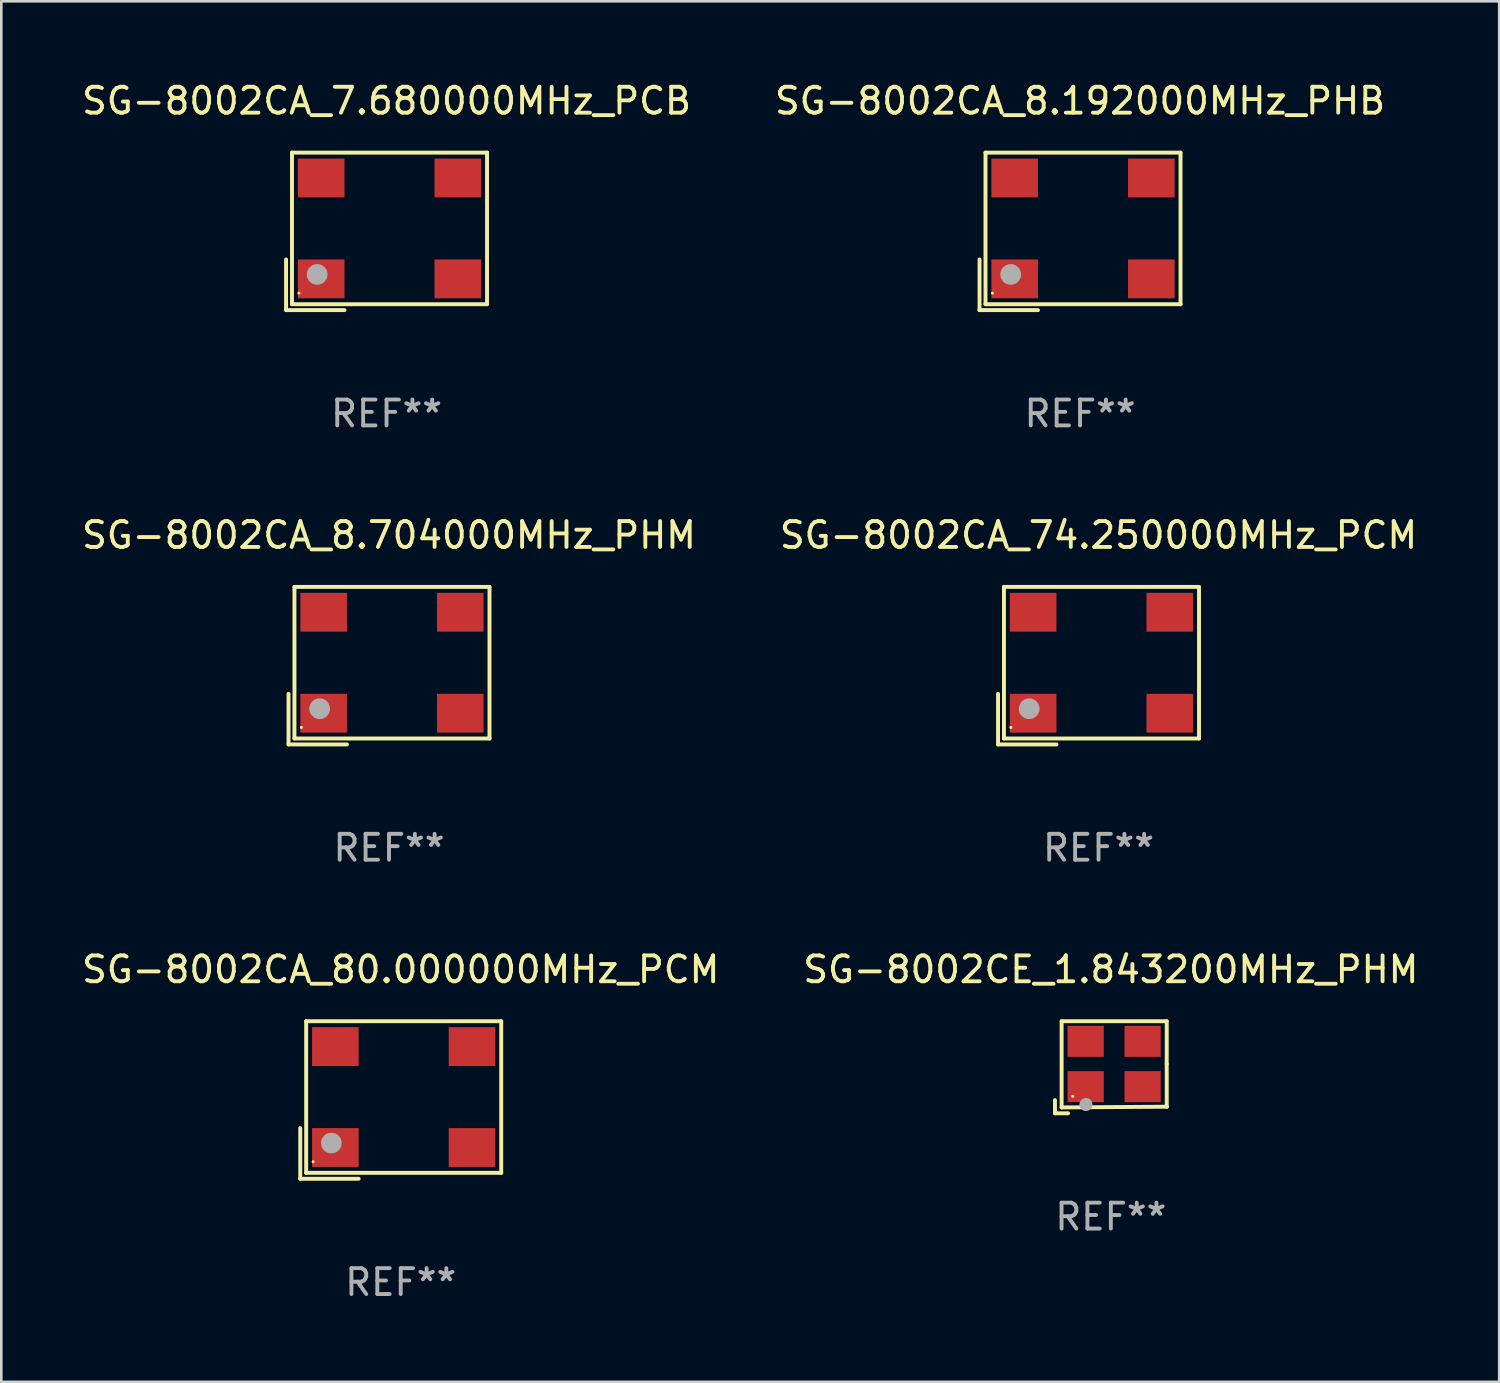
<source format=kicad_pcb>
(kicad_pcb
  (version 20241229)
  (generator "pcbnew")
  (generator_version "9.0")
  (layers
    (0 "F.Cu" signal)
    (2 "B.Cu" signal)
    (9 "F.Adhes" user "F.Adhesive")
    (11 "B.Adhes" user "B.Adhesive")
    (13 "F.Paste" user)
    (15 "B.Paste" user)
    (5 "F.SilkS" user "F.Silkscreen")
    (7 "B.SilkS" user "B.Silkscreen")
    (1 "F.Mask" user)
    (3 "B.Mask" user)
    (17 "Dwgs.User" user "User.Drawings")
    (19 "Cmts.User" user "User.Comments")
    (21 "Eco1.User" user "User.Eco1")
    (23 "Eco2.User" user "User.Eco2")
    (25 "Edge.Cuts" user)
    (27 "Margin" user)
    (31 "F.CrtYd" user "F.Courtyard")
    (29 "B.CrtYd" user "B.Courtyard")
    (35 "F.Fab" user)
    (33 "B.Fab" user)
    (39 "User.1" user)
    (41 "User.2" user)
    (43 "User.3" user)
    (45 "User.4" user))
  (footprint "SG-8002CE_1.843200MHz_PHM"
    (layer "F.Cu")
    (at 39.875 38.191)
    (property "Reference" "SG-8002CE_1.843200MHz_PHM" (at 0 -3.778 0) (layer "F.SilkS") (effects (font (size 1 1) (thickness 0.15))))
    (attr through_hole)
    (fp_line (start -2.159 1.27) (end -2.159 1.778) (stroke (width 0.152) (type solid)) (layer "F.SilkS"))
    (fp_line (start -2.159 1.778) (end -1.651 1.778) (stroke (width 0.152) (type solid)) (layer "F.SilkS"))
    (fp_line (start -1.902 -1.778) (end 2.159 -1.778) (stroke (width 0.152) (type solid)) (layer "F.SilkS"))
    (fp_line (start -1.902 1.552) (end -1.902 -1.778) (stroke (width 0.152) (type solid)) (layer "F.SilkS"))
    (fp_line (start 2.159 -1.778) (end 2.159 -0.127) (stroke (width 0.152) (type solid)) (layer "F.SilkS"))
    (fp_line (start 2.159 -0.127) (end 2.159 1.524) (stroke (width 0.152) (type solid)) (layer "F.SilkS"))
    (fp_line (start 2.159 1.524) (end -1.902 1.552) (stroke (width 0.152) (type solid)) (layer "F.SilkS"))
    (fp_line (start 2.159 1.524) (end 2.159 1.524) (stroke (width 0.152) (type solid)) (layer "F.SilkS"))
    (fp_circle (center -1.473 1.123) (end -1.443 1.123) (stroke (width 0.06) (type solid)) (fill no) (layer "F.SilkS"))
    (fp_circle (center -0.961 1.44) (end -0.834 1.44) (stroke (width 0.254) (type solid)) (fill no) (layer "F.Fab"))
    (fp_text user "REF**" (at 0 5.778 0) (layer "F.Fab") (effects (font (size 1 1) (thickness 0.15))))
    (pad "1" smd rect (at -0.973 0.748) (size 1.4 1.2) (layers "F.Cu" "F.Mask" "F.Paste"))
    (pad "2" smd rect (at 1.227 0.748) (size 1.4 1.2) (layers "F.Cu" "F.Mask" "F.Paste"))
    (pad "3" smd rect (at 1.227 -1.002) (size 1.4 1.2) (layers "F.Cu" "F.Mask" "F.Paste"))
    (pad "4" smd rect (at -0.973 -1.002) (size 1.4 1.2) (layers "F.Cu" "F.Mask" "F.Paste")))
  (footprint "SG-8002CA_74.250000MHz_PCM"
    (layer "F.Cu")
    (at 39.399 22.673)
    (property "Reference" "SG-8002CA_74.250000MHz_PCM" (at 0 -5.043 0) (layer "F.SilkS") (effects (font (size 1 1) (thickness 0.15))))
    (attr through_hole)
    (fp_line (start -3.883 1.086) (end -3.883 3.043) (stroke (width 0.152) (type solid)) (layer "F.SilkS"))
    (fp_line (start -3.883 3.043) (end -1.626 3.043) (stroke (width 0.152) (type solid)) (layer "F.SilkS"))
    (fp_line (start -3.654 -3.043) (end 3.883 -3.043) (stroke (width 0.152) (type solid)) (layer "F.SilkS"))
    (fp_line (start -3.654 2.814) (end -3.654 -3.043) (stroke (width 0.152) (type solid)) (layer "F.SilkS"))
    (fp_line (start 3.883 -3.043) (end 3.883 2.814) (stroke (width 0.152) (type solid)) (layer "F.SilkS"))
    (fp_line (start 3.883 2.814) (end -3.654 2.814) (stroke (width 0.152) (type solid)) (layer "F.SilkS"))
    (fp_circle (center -3.386 2.386) (end -3.356 2.386) (stroke (width 0.06) (type solid)) (fill no) (layer "F.SilkS"))
    (fp_circle (center -2.68 1.664) (end -2.48 1.664) (stroke (width 0.4) (type solid)) (fill no) (layer "F.Fab"))
    (fp_text user "REF**" (at 0 7.043 0) (layer "F.Fab") (effects (font (size 1 1) (thickness 0.15))))
    (pad "1" smd rect (at -2.526 1.836) (size 1.8 1.5) (layers "F.Cu" "F.Mask" "F.Paste"))
    (pad "2" smd rect (at 2.754 1.836) (size 1.8 1.5) (layers "F.Cu" "F.Mask" "F.Paste"))
    (pad "3" smd rect (at 2.754 -2.064) (size 1.8 1.5) (layers "F.Cu" "F.Mask" "F.Paste"))
    (pad "4" smd rect (at -2.526 -2.064) (size 1.8 1.5) (layers "F.Cu" "F.Mask" "F.Paste")))
  (footprint "SG-8002CA_8.704000MHz_PHM"
    (layer "F.Cu")
    (at 11.982 22.673)
    (property "Reference" "SG-8002CA_8.704000MHz_PHM" (at 0 -5.043 0) (layer "F.SilkS") (effects (font (size 1 1) (thickness 0.15))))
    (attr through_hole)
    (fp_line (start -3.883 1.086) (end -3.883 3.043) (stroke (width 0.152) (type solid)) (layer "F.SilkS"))
    (fp_line (start -3.883 3.043) (end -1.626 3.043) (stroke (width 0.152) (type solid)) (layer "F.SilkS"))
    (fp_line (start -3.654 -3.043) (end 3.883 -3.043) (stroke (width 0.152) (type solid)) (layer "F.SilkS"))
    (fp_line (start -3.654 2.814) (end -3.654 -3.043) (stroke (width 0.152) (type solid)) (layer "F.SilkS"))
    (fp_line (start 3.883 -3.043) (end 3.883 2.814) (stroke (width 0.152) (type solid)) (layer "F.SilkS"))
    (fp_line (start 3.883 2.814) (end -3.654 2.814) (stroke (width 0.152) (type solid)) (layer "F.SilkS"))
    (fp_circle (center -3.386 2.386) (end -3.356 2.386) (stroke (width 0.06) (type solid)) (fill no) (layer "F.SilkS"))
    (fp_circle (center -2.68 1.664) (end -2.48 1.664) (stroke (width 0.4) (type solid)) (fill no) (layer "F.Fab"))
    (fp_text user "REF**" (at 0 7.043 0) (layer "F.Fab") (effects (font (size 1 1) (thickness 0.15))))
    (pad "1" smd rect (at -2.526 1.836) (size 1.8 1.5) (layers "F.Cu" "F.Mask" "F.Paste"))
    (pad "2" smd rect (at 2.754 1.836) (size 1.8 1.5) (layers "F.Cu" "F.Mask" "F.Paste"))
    (pad "3" smd rect (at 2.754 -2.064) (size 1.8 1.5) (layers "F.Cu" "F.Mask" "F.Paste"))
    (pad "4" smd rect (at -2.526 -2.064) (size 1.8 1.5) (layers "F.Cu" "F.Mask" "F.Paste")))
  (footprint "SG-8002CA_7.680000MHz_PCB"
    (layer "F.Cu")
    (at 11.887 5.891)
    (property "Reference" "SG-8002CA_7.680000MHz_PCB" (at 0 -5.043 0) (layer "F.SilkS") (effects (font (size 1 1) (thickness 0.15))))
    (attr through_hole)
    (fp_line (start -3.883 1.086) (end -3.883 3.043) (stroke (width 0.152) (type solid)) (layer "F.SilkS"))
    (fp_line (start -3.883 3.043) (end -1.626 3.043) (stroke (width 0.152) (type solid)) (layer "F.SilkS"))
    (fp_line (start -3.654 -3.043) (end 3.883 -3.043) (stroke (width 0.152) (type solid)) (layer "F.SilkS"))
    (fp_line (start -3.654 2.814) (end -3.654 -3.043) (stroke (width 0.152) (type solid)) (layer "F.SilkS"))
    (fp_line (start 3.883 -3.043) (end 3.883 2.814) (stroke (width 0.152) (type solid)) (layer "F.SilkS"))
    (fp_line (start 3.883 2.814) (end -3.654 2.814) (stroke (width 0.152) (type solid)) (layer "F.SilkS"))
    (fp_circle (center -3.386 2.386) (end -3.356 2.386) (stroke (width 0.06) (type solid)) (fill no) (layer "F.SilkS"))
    (fp_circle (center -2.68 1.664) (end -2.48 1.664) (stroke (width 0.4) (type solid)) (fill no) (layer "F.Fab"))
    (fp_text user "REF**" (at 0 7.043 0) (layer "F.Fab") (effects (font (size 1 1) (thickness 0.15))))
    (pad "1" smd rect (at -2.526 1.836) (size 1.8 1.5) (layers "F.Cu" "F.Mask" "F.Paste"))
    (pad "2" smd rect (at 2.754 1.836) (size 1.8 1.5) (layers "F.Cu" "F.Mask" "F.Paste"))
    (pad "3" smd rect (at 2.754 -2.064) (size 1.8 1.5) (layers "F.Cu" "F.Mask" "F.Paste"))
    (pad "4" smd rect (at -2.526 -2.064) (size 1.8 1.5) (layers "F.Cu" "F.Mask" "F.Paste")))
  (footprint "SG-8002CA_80.000000MHz_PCM"
    (layer "F.Cu")
    (at 12.435 39.456)
    (property "Reference" "SG-8002CA_80.000000MHz_PCM" (at 0 -5.043 0) (layer "F.SilkS") (effects (font (size 1 1) (thickness 0.15))))
    (attr through_hole)
    (fp_line (start -3.883 1.086) (end -3.883 3.043) (stroke (width 0.152) (type solid)) (layer "F.SilkS"))
    (fp_line (start -3.883 3.043) (end -1.626 3.043) (stroke (width 0.152) (type solid)) (layer "F.SilkS"))
    (fp_line (start -3.654 -3.043) (end 3.883 -3.043) (stroke (width 0.152) (type solid)) (layer "F.SilkS"))
    (fp_line (start -3.654 2.814) (end -3.654 -3.043) (stroke (width 0.152) (type solid)) (layer "F.SilkS"))
    (fp_line (start 3.883 -3.043) (end 3.883 2.814) (stroke (width 0.152) (type solid)) (layer "F.SilkS"))
    (fp_line (start 3.883 2.814) (end -3.654 2.814) (stroke (width 0.152) (type solid)) (layer "F.SilkS"))
    (fp_circle (center -3.386 2.386) (end -3.356 2.386) (stroke (width 0.06) (type solid)) (fill no) (layer "F.SilkS"))
    (fp_circle (center -2.68 1.664) (end -2.48 1.664) (stroke (width 0.4) (type solid)) (fill no) (layer "F.Fab"))
    (fp_text user "REF**" (at 0 7.043 0) (layer "F.Fab") (effects (font (size 1 1) (thickness 0.15))))
    (pad "1" smd rect (at -2.526 1.836) (size 1.8 1.5) (layers "F.Cu" "F.Mask" "F.Paste"))
    (pad "2" smd rect (at 2.754 1.836) (size 1.8 1.5) (layers "F.Cu" "F.Mask" "F.Paste"))
    (pad "3" smd rect (at 2.754 -2.064) (size 1.8 1.5) (layers "F.Cu" "F.Mask" "F.Paste"))
    (pad "4" smd rect (at -2.526 -2.064) (size 1.8 1.5) (layers "F.Cu" "F.Mask" "F.Paste")))
  (footprint "SG-8002CA_8.192000MHz_PHB"
    (layer "F.Cu")
    (at 38.685 5.891)
    (property "Reference" "SG-8002CA_8.192000MHz_PHB" (at 0 -5.043 0) (layer "F.SilkS") (effects (font (size 1 1) (thickness 0.15))))
    (attr through_hole)
    (fp_line (start -3.883 1.086) (end -3.883 3.043) (stroke (width 0.152) (type solid)) (layer "F.SilkS"))
    (fp_line (start -3.883 3.043) (end -1.626 3.043) (stroke (width 0.152) (type solid)) (layer "F.SilkS"))
    (fp_line (start -3.654 -3.043) (end 3.883 -3.043) (stroke (width 0.152) (type solid)) (layer "F.SilkS"))
    (fp_line (start -3.654 2.814) (end -3.654 -3.043) (stroke (width 0.152) (type solid)) (layer "F.SilkS"))
    (fp_line (start 3.883 -3.043) (end 3.883 2.814) (stroke (width 0.152) (type solid)) (layer "F.SilkS"))
    (fp_line (start 3.883 2.814) (end -3.654 2.814) (stroke (width 0.152) (type solid)) (layer "F.SilkS"))
    (fp_circle (center -3.386 2.386) (end -3.356 2.386) (stroke (width 0.06) (type solid)) (fill no) (layer "F.SilkS"))
    (fp_circle (center -2.68 1.664) (end -2.48 1.664) (stroke (width 0.4) (type solid)) (fill no) (layer "F.Fab"))
    (fp_text user "REF**" (at 0 7.043 0) (layer "F.Fab") (effects (font (size 1 1) (thickness 0.15))))
    (pad "1" smd rect (at -2.526 1.836) (size 1.8 1.5) (layers "F.Cu" "F.Mask" "F.Paste"))
    (pad "2" smd rect (at 2.754 1.836) (size 1.8 1.5) (layers "F.Cu" "F.Mask" "F.Paste"))
    (pad "3" smd rect (at 2.754 -2.064) (size 1.8 1.5) (layers "F.Cu" "F.Mask" "F.Paste"))
    (pad "4" smd rect (at -2.526 -2.064) (size 1.8 1.5) (layers "F.Cu" "F.Mask" "F.Paste")))
  (gr_rect
    (start -3 -3)
    (end 54.881 50.347)
    (stroke (width 0.1) (type default))
    (fill no)
    (layer "Edge.Cuts")))
</source>
